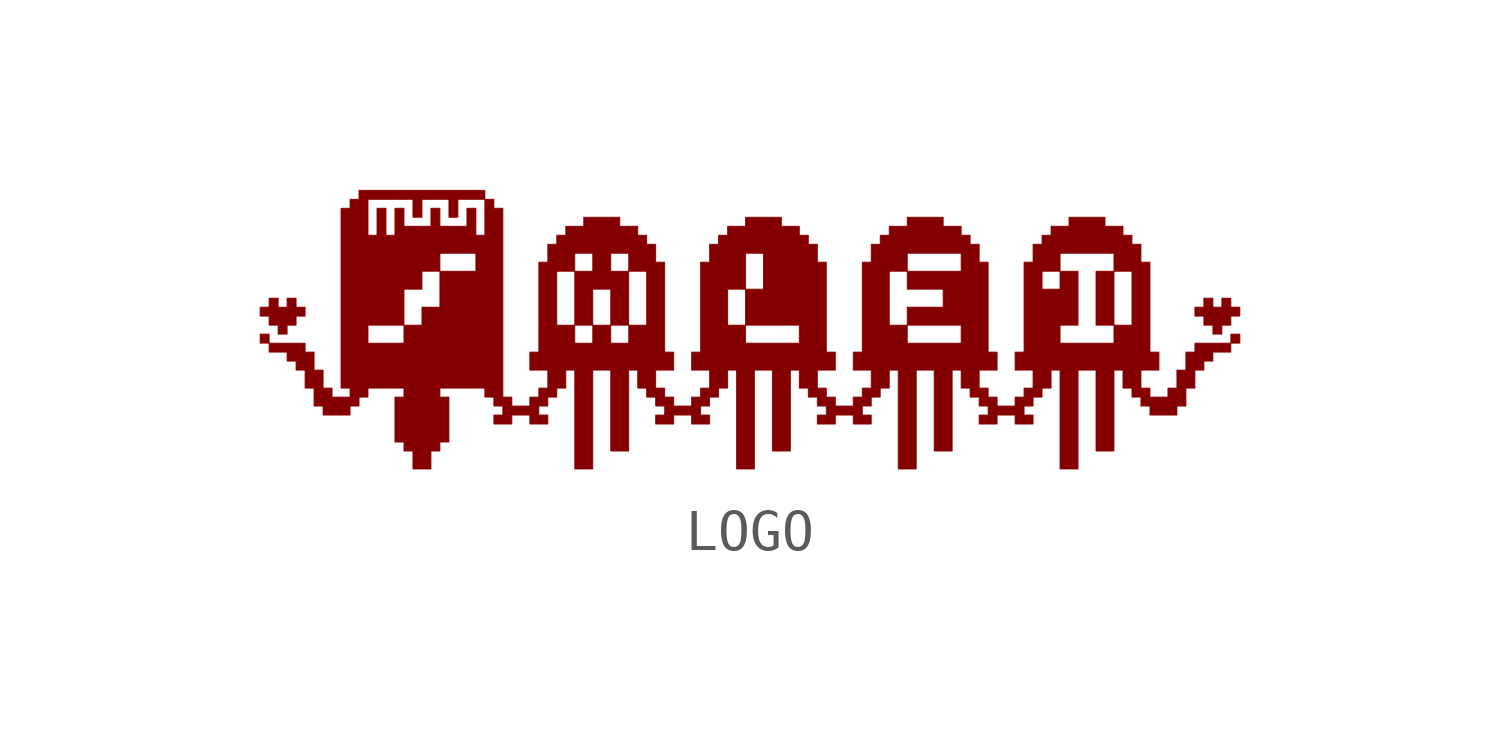
<source format=kicad_sym>
(kicad_symbol_lib
  (version 20220914)
  (generator bitmap2component)
  (symbol "LOGO"
    (pin_names
      (offset 1.016))
    (property "Reference" "#G"
      (at 0 3.272 0)
      (effects (font (size 1.27 1.27)) hide))
    (symbol "LOGO_0_0"
      (polyline (pts (xy -7.859 -3.204) (xy -7.859 -2.982) (xy -7.748 -2.982) (xy -7.638 -2.982) (xy -7.638 -2.872) (xy -7.638 -2.761) (xy -7.527 -2.761) (xy -7.416 -2.761) (xy -7.416 -2.207) (xy -7.416 -1.654) (xy -7.527 -1.654) (xy -7.638 -1.654) (xy -7.638 -1.543) (xy -7.638 -1.433) (xy -7.084 -1.433) (xy -6.531 -1.433) (xy -6.531 -1.543) (xy -6.531 -1.654) (xy -6.42 -1.654) (xy -6.309 -1.654) (xy -6.309 -1.765) (xy -6.309 -1.875) (xy -6.199 -1.875) (xy -6.088 -1.875) (xy -6.088 -1.986) (xy -6.088 -2.097) (xy -6.199 -2.097) (xy -6.309 -2.097) (xy -6.309 -2.207) (xy -6.309 -2.318) (xy -6.088 -2.318) (xy -5.867 -2.318) (xy -5.867 -2.207) (xy -5.867 -2.097) (xy -5.645 -2.097) (xy -5.424 -2.097) (xy -5.424 -2.207) (xy -5.424 -2.318) (xy -5.202 -2.318) (xy -4.981 -2.318) (xy -4.981 -2.207) (xy -4.981 -2.097) (xy -5.092 -2.097) (xy -5.202 -2.097) (xy -5.202 -1.986) (xy -5.202 -1.875) (xy -5.092 -1.875) (xy -4.981 -1.875) (xy -4.981 -1.765) (xy -4.981 -1.654) (xy -4.87 -1.654) (xy -4.76 -1.654) (xy -4.76 -1.543) (xy -4.76 -1.433) (xy -4.649 -1.433) (xy -4.538 -1.433) (xy -4.538 -1.211) (xy -4.538 -0.99) (xy -4.428 -0.99) (xy -4.317 -0.99) (xy -4.317 -2.207) (xy -4.317 -3.425) (xy -4.096 -3.425) (xy -3.874 -3.425) (xy -3.874 -2.207) (xy -3.874 -0.99) (xy -3.653 -0.99) (xy -3.431 -0.99) (xy -3.431 -1.986) (xy -3.431 -2.982) (xy -3.21 -2.982) (xy -2.989 -2.982) (xy -2.989 -1.986) (xy -2.989 -0.99) (xy -2.878 -0.99) (xy -2.767 -0.99) (xy -2.767 -1.211) (xy -2.767 -1.433) (xy -2.657 -1.433) (xy -2.546 -1.433) (xy -2.546 -1.543) (xy -2.546 -1.654) (xy -2.435 -1.654) (xy -2.325 -1.654) (xy -2.325 -1.765) (xy -2.325 -1.875) (xy -2.214 -1.875) (xy -2.103 -1.875) (xy -2.103 -1.986) (xy -2.103 -2.097) (xy -2.214 -2.097) (xy -2.325 -2.097) (xy -2.325 -2.207) (xy -2.325 -2.318) (xy -2.103 -2.318) (xy -1.882 -2.318) (xy -1.882 -2.207) (xy -1.882 -2.097) (xy -1.66 -2.097) (xy -1.439 -2.097) (xy -1.439 -2.207) (xy -1.439 -2.318) (xy -1.218 -2.318) (xy -0.996 -2.318) (xy -0.996 -2.207) (xy -0.996 -2.097) (xy -1.107 -2.097) (xy -1.218 -2.097) (xy -1.218 -1.986) (xy -1.218 -1.875) (xy -1.107 -1.875) (xy -0.996 -1.875) (xy -0.996 -1.765) (xy -0.996 -1.654) (xy -0.886 -1.654) (xy -0.775 -1.654) (xy -0.775 -1.543) (xy -0.775 -1.433) (xy -0.664 -1.433) (xy -0.553 -1.433) (xy -0.553 -1.211) (xy -0.553 -0.99) (xy -0.443 -0.99) (xy -0.332 -0.99) (xy -0.332 -2.207) (xy -0.332 -3.425) (xy -0.114 -3.425) (xy 0.104 -3.425) (xy 0.104 -2.207) (xy 0.104 -0.99) (xy 0.326 -0.99) (xy 0.547 -0.99) (xy 0.547 -1.986) (xy 0.547 -2.982) (xy 0.768 -2.982) (xy 0.99 -2.982) (xy 0.99 -1.986) (xy 0.99 -0.99) (xy 1.1 -0.99) (xy 1.211 -0.99) (xy 1.211 -1.211) (xy 1.211 -1.433) (xy 1.322 -1.433) (xy 1.432 -1.433) (xy 1.432 -1.543) (xy 1.432 -1.654) (xy 1.543 -1.654) (xy 1.654 -1.654) (xy 1.654 -1.765) (xy 1.654 -1.875) (xy 1.764 -1.875) (xy 1.875 -1.875) (xy 1.875 -1.986) (xy 1.875 -2.097) (xy 1.764 -2.097) (xy 1.654 -2.097) (xy 1.654 -2.207) (xy 1.654 -2.318) (xy 1.875 -2.318) (xy 2.097 -2.318) (xy 2.097 -2.207) (xy 2.097 -2.097) (xy 2.318 -2.097) (xy 2.539 -2.097) (xy 2.539 -2.207) (xy 2.539 -2.318) (xy 2.761 -2.318) (xy 2.982 -2.318) (xy 2.982 -2.207) (xy 2.982 -2.097) (xy 2.871 -2.097) (xy 2.761 -2.097) (xy 2.761 -1.986) (xy 2.761 -1.875) (xy 2.871 -1.875) (xy 2.982 -1.875) (xy 2.982 -1.765) (xy 2.982 -1.654) (xy 3.093 -1.654) (xy 3.203 -1.654) (xy 3.203 -1.543) (xy 3.203 -1.433) (xy 3.314 -1.433) (xy 3.425 -1.433) (xy 3.425 -1.211) (xy 3.425 -0.99) (xy 3.535 -0.99) (xy 3.646 -0.99) (xy 3.646 -2.207) (xy 3.646 -3.425) (xy 3.868 -3.425) (xy 4.089 -3.425) (xy 4.089 -2.207) (xy 4.089 -0.99) (xy 4.31 -0.99) (xy 4.532 -0.99) (xy 4.532 -1.986) (xy 4.532 -2.982) (xy 4.753 -2.982) (xy 4.974 -2.982) (xy 4.974 -1.986) (xy 4.974 -0.99) (xy 5.085 -0.99) (xy 5.196 -0.99) (xy 5.196 -1.211) (xy 5.196 -1.433) (xy 5.306 -1.433) (xy 5.417 -1.433) (xy 5.417 -1.543) (xy 5.417 -1.654) (xy 5.528 -1.654) (xy 5.639 -1.654) (xy 5.639 -1.765) (xy 5.639 -1.875) (xy 5.749 -1.875) (xy 5.86 -1.875) (xy 5.86 -1.986) (xy 5.86 -2.097) (xy 5.749 -2.097) (xy 5.639 -2.097) (xy 5.639 -2.207) (xy 5.639 -2.318) (xy 5.86 -2.318) (xy 6.081 -2.318) (xy 6.081 -2.207) (xy 6.081 -2.097) (xy 6.303 -2.097) (xy 6.524 -2.097) (xy 6.524 -2.207) (xy 6.524 -2.318) (xy 6.745 -2.318) (xy 6.967 -2.318) (xy 6.967 -2.207) (xy 6.967 -2.097) (xy 6.856 -2.097) (xy 6.745 -2.097) (xy 6.745 -1.986) (xy 6.745 -1.875) (xy 6.856 -1.875) (xy 6.967 -1.875) (xy 6.967 -1.765) (xy 6.967 -1.654) (xy 7.078 -1.654) (xy 7.188 -1.654) (xy 7.188 -1.543) (xy 7.188 -1.433) (xy 7.299 -1.433) (xy 7.41 -1.433) (xy 7.41 -1.211) (xy 7.41 -0.99) (xy 7.52 -0.99) (xy 7.631 -0.99) (xy 7.631 -2.207) (xy 7.631 -3.425) (xy 7.852 -3.425) (xy 8.074 -3.425) (xy 8.074 -2.207) (xy 8.074 -0.99) (xy 8.295 -0.99) (xy 8.517 -0.99) (xy 8.517 -1.986) (xy 8.517 -2.982) (xy 8.738 -2.982) (xy 8.959 -2.982) (xy 8.959 -1.986) (xy 8.959 -0.99) (xy 9.07 -0.99) (xy 9.181 -0.99) (xy 9.181 -1.211) (xy 9.181 -1.433) (xy 9.291 -1.433) (xy 9.402 -1.433) (xy 9.402 -1.543) (xy 9.402 -1.654) (xy 9.513 -1.654) (xy 9.623 -1.654) (xy 9.623 -1.765) (xy 9.623 -1.875) (xy 9.734 -1.875) (xy 9.845 -1.875) (xy 9.845 -1.986) (xy 9.845 -2.097) (xy 10.177 -2.097) (xy 10.509 -2.097) (xy 10.509 -1.986) (xy 10.509 -1.875) (xy 10.62 -1.875) (xy 10.73 -1.875) (xy 10.73 -1.654) (xy 10.73 -1.433) (xy 10.841 -1.433) (xy 10.952 -1.433) (xy 10.952 -1.211) (xy 10.952 -0.99) (xy 11.062 -0.99) (xy 11.173 -0.99) (xy 11.173 -0.879) (xy 11.173 -0.768) (xy 11.284 -0.768) (xy 11.395 -0.768) (xy 11.395 -0.658) (xy 11.395 -0.547) (xy 11.616 -0.547) (xy 11.837 -0.547) (xy 11.837 -0.436) (xy 11.837 -0.326) (xy 11.395 -0.326) (xy 10.952 -0.326) (xy 10.952 -0.436) (xy 10.952 -0.547) (xy 10.841 -0.547) (xy 10.73 -0.547) (xy 10.73 -0.768) (xy 10.73 -0.99) (xy 10.62 -0.99) (xy 10.509 -0.99) (xy 10.509 -1.211) (xy 10.509 -1.433) (xy 10.398 -1.433) (xy 10.288 -1.433) (xy 10.288 -1.543) (xy 10.288 -1.654) (xy 10.066 -1.654) (xy 9.845 -1.654) (xy 9.845 -1.543) (xy 9.845 -1.433) (xy 9.734 -1.433) (xy 9.623 -1.433) (xy 9.623 -1.211) (xy 9.623 -0.99) (xy 9.845 -0.99) (xy 10.066 -0.99) (xy 10.066 -0.768) (xy 10.066 -0.547) (xy 9.956 -0.547) (xy 9.845 -0.547) (xy 9.845 0.56) (xy 9.845 1.667) (xy 9.734 1.667) (xy 9.623 1.667) (xy 9.623 1.888) (xy 9.623 2.11) (xy 9.513 2.11) (xy 9.402 2.11) (xy 9.402 2.22) (xy 9.402 2.331) (xy 9.291 2.331) (xy 9.181 2.331) (xy 9.181 2.442) (xy 9.181 2.552) (xy 8.959 2.552) (xy 8.738 2.552) (xy 8.738 2.663) (xy 8.738 2.774) (xy 8.295 2.774) (xy 7.852 2.774) (xy 7.852 2.663) (xy 7.852 2.552) (xy 7.631 2.552) (xy 7.41 2.552) (xy 7.41 2.442) (xy 7.41 2.331) (xy 7.299 2.331) (xy 7.188 2.331) (xy 7.188 2.22) (xy 7.188 2.11) (xy 7.078 2.11) (xy 6.967 2.11) (xy 6.967 1.888) (xy 6.967 1.667) (xy 6.856 1.667) (xy 6.745 1.667) (xy 6.745 1.445) (xy 7.188 1.445) (xy 7.41 1.445) (xy 7.631 1.445) (xy 7.631 1.667) (xy 7.631 1.888) (xy 8.295 1.888) (xy 8.959 1.888) (xy 8.959 1.667) (xy 8.959 1.445) (xy 9.181 1.445) (xy 9.402 1.445) (xy 9.402 0.781) (xy 9.402 0.117) (xy 9.181 0.117) (xy 8.959 0.117) (xy 8.959 -0.104) (xy 8.959 -0.326) (xy 8.295 -0.326) (xy 7.631 -0.326) (xy 7.631 -0.104) (xy 7.631 0.117) (xy 7.852 0.117) (xy 8.074 0.117) (xy 8.074 0.781) (xy 8.074 1.445) (xy 7.852 1.445) (xy 7.631 1.445) (xy 7.631 1.224) (xy 7.631 1.003) (xy 7.41 1.003) (xy 7.188 1.003) (xy 7.188 1.224) (xy 7.188 1.445) (xy 6.745 1.445) (xy 6.745 0.56) (xy 6.745 -0.547) (xy 6.635 -0.547) (xy 6.524 -0.547) (xy 6.524 -0.768) (xy 6.524 -0.99) (xy 6.745 -0.99) (xy 6.967 -0.99) (xy 6.967 -1.211) (xy 6.967 -1.433) (xy 6.856 -1.433) (xy 6.745 -1.433) (xy 6.745 -1.543) (xy 6.745 -1.654) (xy 6.635 -1.654) (xy 6.524 -1.654) (xy 6.524 -1.765) (xy 6.524 -1.875) (xy 6.303 -1.875) (xy 6.081 -1.875) (xy 6.081 -1.765) (xy 6.081 -1.654) (xy 5.971 -1.654) (xy 5.86 -1.654) (xy 5.86 -1.543) (xy 5.86 -1.433) (xy 5.749 -1.433) (xy 5.639 -1.433) (xy 5.639 -1.211) (xy 5.639 -0.99) (xy 5.86 -0.99) (xy 6.081 -0.99) (xy 6.081 -0.768) (xy 6.081 -0.547) (xy 5.971 -0.547) (xy 5.86 -0.547) (xy 5.86 0.56) (xy 5.86 1.667) (xy 5.749 1.667) (xy 5.639 1.667) (xy 5.639 1.888) (xy 5.639 2.11) (xy 5.528 2.11) (xy 5.417 2.11) (xy 5.417 2.22) (xy 5.417 2.331) (xy 5.306 2.331) (xy 5.196 2.331) (xy 5.196 2.442) (xy 5.196 2.552) (xy 4.974 2.552) (xy 4.753 2.552) (xy 4.753 2.663) (xy 4.753 2.774) (xy 4.31 2.774) (xy 3.868 2.774) (xy 3.868 2.663) (xy 3.868 2.552) (xy 3.646 2.552) (xy 3.425 2.552) (xy 3.425 2.442) (xy 3.425 2.331) (xy 3.314 2.331) (xy 3.203 2.331) (xy 3.203 2.22) (xy 3.203 2.11) (xy 3.093 2.11) (xy 2.982 2.11) (xy 2.982 1.888) (xy 2.982 1.667) (xy 2.871 1.667) (xy 2.761 1.667) (xy 2.761 1.445) (xy 3.425 1.445) (xy 3.646 1.445) (xy 3.868 1.445) (xy 3.868 1.667) (xy 3.868 1.888) (xy 4.532 1.888) (xy 5.196 1.888) (xy 5.196 1.667) (xy 5.196 1.445) (xy 4.532 1.445) (xy 3.868 1.445) (xy 3.868 1.224) (xy 3.868 1.003) (xy 4.31 1.003) (xy 4.753 1.003) (xy 4.753 0.781) (xy 4.753 0.56) (xy 4.31 0.56) (xy 3.868 0.56) (xy 3.868 0.339) (xy 3.868 0.117) (xy 4.532 0.117) (xy 5.196 0.117) (xy 5.196 -0.104) (xy 5.196 -0.326) (xy 4.532 -0.326) (xy 3.868 -0.326) (xy 3.868 -0.104) (xy 3.868 0.117) (xy 3.646 0.117) (xy 3.425 0.117) (xy 3.425 0.781) (xy 3.425 1.445) (xy 2.761 1.445) (xy 2.761 0.56) (xy 2.761 -0.547) (xy 2.65 -0.547) (xy 2.539 -0.547) (xy 2.539 -0.768) (xy 2.539 -0.99) (xy 2.761 -0.99) (xy 2.982 -0.99) (xy 2.982 -1.211) (xy 2.982 -1.433) (xy 2.871 -1.433) (xy 2.761 -1.433) (xy 2.761 -1.543) (xy 2.761 -1.654) (xy 2.65 -1.654) (xy 2.539 -1.654) (xy 2.539 -1.765) (xy 2.539 -1.875) (xy 2.318 -1.875) (xy 2.097 -1.875) (xy 2.097 -1.765) (xy 2.097 -1.654) (xy 1.986 -1.654) (xy 1.875 -1.654) (xy 1.875 -1.543) (xy 1.875 -1.433) (xy 1.764 -1.433) (xy 1.654 -1.433) (xy 1.654 -1.211) (xy 1.654 -0.99) (xy 1.875 -0.99) (xy 2.097 -0.99) (xy 2.097 -0.768) (xy 2.097 -0.547) (xy 1.986 -0.547) (xy 1.875 -0.547) (xy 1.875 0.56) (xy 1.875 1.667) (xy 1.764 1.667) (xy 1.654 1.667) (xy 1.654 1.888) (xy 1.654 2.11) (xy 1.543 2.11) (xy 1.432 2.11) (xy 1.432 2.22) (xy 1.432 2.331) (xy 1.322 2.331) (xy 1.211 2.331) (xy 1.211 2.442) (xy 1.211 2.552) (xy 0.99 2.552) (xy 0.768 2.552) (xy 0.768 2.663) (xy 0.768 2.774) (xy 0.329 2.774) (xy -0.111 2.774) (xy -0.111 2.663) (xy -0.111 2.552) (xy -0.332 2.552) (xy -0.553 2.552) (xy -0.553 2.442) (xy -0.553 2.331) (xy -0.664 2.331) (xy -0.775 2.331) (xy -0.775 2.22) (xy -0.775 2.11) (xy -0.886 2.11) (xy -0.996 2.11) (xy -0.996 1.888) (xy -0.996 1.667) (xy -1.107 1.667) (xy -1.218 1.667) (xy -1.218 1.003) (xy -0.553 1.003) (xy -0.332 1.003) (xy -0.111 1.003) (xy -0.111 1.445) (xy -0.111 1.888) (xy 0.107 1.888) (xy 0.326 1.888) (xy 0.326 1.445) (xy 0.326 1.003) (xy 0.107 1.003) (xy -0.111 1.003) (xy -0.111 0.56) (xy -0.111 0.117) (xy 0.55 0.117) (xy 1.211 0.117) (xy 1.211 -0.104) (xy 1.211 -0.326) (xy 0.55 -0.326) (xy -0.111 -0.326) (xy -0.111 -0.104) (xy -0.111 0.117) (xy -0.332 0.117) (xy -0.553 0.117) (xy -0.553 0.56) (xy -0.553 1.003) (xy -1.218 1.003) (xy -1.218 0.56) (xy -1.218 -0.547) (xy -1.328 -0.547) (xy -1.439 -0.547) (xy -1.439 -0.768) (xy -1.439 -0.99) (xy -1.218 -0.99) (xy -0.996 -0.99) (xy -0.996 -1.211) (xy -0.996 -1.433) (xy -1.107 -1.433) (xy -1.218 -1.433) (xy -1.218 -1.543) (xy -1.218 -1.654) (xy -1.328 -1.654) (xy -1.439 -1.654) (xy -1.439 -1.765) (xy -1.439 -1.875) (xy -1.66 -1.875) (xy -1.882 -1.875) (xy -1.882 -1.765) (xy -1.882 -1.654) (xy -1.992 -1.654) (xy -2.103 -1.654) (xy -2.103 -1.543) (xy -2.103 -1.433) (xy -2.214 -1.433) (xy -2.325 -1.433) (xy -2.325 -1.211) (xy -2.325 -0.99) (xy -2.103 -0.99) (xy -1.882 -0.99) (xy -1.882 -0.768) (xy -1.882 -0.547) (xy -1.992 -0.547) (xy -2.103 -0.547) (xy -2.103 0.56) (xy -2.103 1.667) (xy -2.214 1.667) (xy -2.325 1.667) (xy -2.325 1.888) (xy -2.325 2.11) (xy -2.435 2.11) (xy -2.546 2.11) (xy -2.546 2.22) (xy -2.546 2.331) (xy -2.657 2.331) (xy -2.767 2.331) (xy -2.767 2.442) (xy -2.767 2.552) (xy -2.989 2.552) (xy -3.21 2.552) (xy -3.21 2.663) (xy -3.21 2.774) (xy -3.653 2.774) (xy -4.096 2.774) (xy -4.096 2.663) (xy -4.096 2.552) (xy -4.317 2.552) (xy -4.538 2.552) (xy -4.538 2.442) (xy -4.538 2.331) (xy -4.649 2.331) (xy -4.76 2.331) (xy -4.76 2.22) (xy -4.76 2.11) (xy -4.87 2.11) (xy -4.981 2.11) (xy -4.981 1.888) (xy -4.981 1.667) (xy -5.092 1.667) (xy -5.202 1.667) (xy -5.202 1.445) (xy -4.76 1.445) (xy -4.538 1.445) (xy -4.317 1.445) (xy -4.317 1.667) (xy -4.317 1.888) (xy -4.096 1.888) (xy -3.874 1.888) (xy -3.431 1.888) (xy -3.21 1.888) (xy -2.989 1.888) (xy -2.989 1.667) (xy -2.989 1.445) (xy -2.767 1.445) (xy -2.546 1.445) (xy -2.546 0.781) (xy -2.546 0.117) (xy -2.767 0.117) (xy -2.989 0.117) (xy -2.989 0.781) (xy -2.989 1.445) (xy -3.21 1.445) (xy -3.431 1.445) (xy -3.431 1.667) (xy -3.431 1.888) (xy -3.874 1.888) (xy -3.874 1.667) (xy -3.874 1.445) (xy -4.096 1.445) (xy -4.317 1.445) (xy -4.317 0.781) (xy -4.317 0.117) (xy -4.096 0.117) (xy -3.874 0.117) (xy -3.874 0.56) (xy -3.874 1.003) (xy -3.653 1.003) (xy -3.431 1.003) (xy -3.431 0.56) (xy -3.431 0.117) (xy -3.21 0.117) (xy -2.989 0.117) (xy -2.989 -0.104) (xy -2.989 -0.326) (xy -3.21 -0.326) (xy -3.431 -0.326) (xy -3.431 -0.104) (xy -3.431 0.117) (xy -3.653 0.117) (xy -3.874 0.117) (xy -3.874 -0.104) (xy -3.874 -0.326) (xy -4.096 -0.326) (xy -4.317 -0.326) (xy -4.317 -0.104) (xy -4.317 0.117) (xy -4.538 0.117) (xy -4.76 0.117) (xy -4.76 0.781) (xy -4.76 1.445) (xy -5.202 1.445) (xy -5.202 0.56) (xy -5.202 -0.547) (xy -5.313 -0.547) (xy -5.424 -0.547) (xy -5.424 -0.768) (xy -5.424 -0.99) (xy -5.202 -0.99) (xy -4.981 -0.99) (xy -4.981 -1.211) (xy -4.981 -1.433) (xy -5.092 -1.433) (xy -5.202 -1.433) (xy -5.202 -1.543) (xy -5.202 -1.654) (xy -5.313 -1.654) (xy -5.424 -1.654) (xy -5.424 -1.765) (xy -5.424 -1.875) (xy -5.645 -1.875) (xy -5.867 -1.875) (xy -5.867 -1.765) (xy -5.867 -1.654) (xy -5.977 -1.654) (xy -6.088 -1.654) (xy -6.088 0.671) (xy -6.088 2.995) (xy -6.199 2.995) (xy -6.309 2.995) (xy -6.309 3.106) (xy -6.309 3.216) (xy -6.42 3.216) (xy -6.531 3.216) (xy -6.531 3.327) (xy -6.531 3.438) (xy -8.08 3.438) (xy -9.63 3.438) (xy -9.63 3.327) (xy -9.63 3.216) (xy -9.741 3.216) (xy -9.851 3.216) (xy -9.851 3.106) (xy -9.851 2.995) (xy -9.962 2.995) (xy -10.073 2.995) (xy -10.073 2.331) (xy -9.409 2.331) (xy -9.409 2.774) (xy -9.409 3.216) (xy -8.855 3.216) (xy -8.302 3.216) (xy -8.302 2.995) (xy -8.302 2.774) (xy -8.191 2.774) (xy -8.08 2.774) (xy -8.08 2.995) (xy -8.08 3.216) (xy -7.748 3.216) (xy -7.416 3.216) (xy -7.416 2.995) (xy -7.416 2.774) (xy -7.306 2.774) (xy -7.195 2.774) (xy -7.195 2.995) (xy -7.195 3.216) (xy -6.863 3.216) (xy -6.531 3.216) (xy -6.531 2.774) (xy -6.531 2.331) (xy -6.641 2.331) (xy -6.752 2.331) (xy -6.752 2.663) (xy -6.752 2.995) (xy -6.863 2.995) (xy -6.973 2.995) (xy -6.973 2.774) (xy -6.973 2.552) (xy -7.306 2.552) (xy -7.638 2.552) (xy -7.638 2.774) (xy -7.638 2.995) (xy -7.748 2.995) (xy -7.859 2.995) (xy -7.859 2.774) (xy -7.859 2.552) (xy -8.191 2.552) (xy -8.523 2.552) (xy -8.523 2.774) (xy -8.523 2.995) (xy -8.634 2.995) (xy -8.745 2.995) (xy -8.745 2.663) (xy -8.745 2.331) (xy -8.855 2.331) (xy -8.966 2.331) (xy -8.966 2.663) (xy -8.966 2.995) (xy -9.077 2.995) (xy -9.187 2.995) (xy -9.187 2.663) (xy -9.187 2.331) (xy -9.298 2.331) (xy -9.409 2.331) (xy -10.073 2.331) (xy -10.073 0.781) (xy -10.073 -0.326) (xy -9.409 -0.326) (xy -9.409 -0.104) (xy -9.409 0.117) (xy -8.966 0.117) (xy -8.523 0.117) (xy -8.523 0.56) (xy -8.523 1.003) (xy -8.302 1.003) (xy -8.08 1.003) (xy -8.08 1.224) (xy -8.08 1.445) (xy -7.859 1.445) (xy -7.638 1.445) (xy -7.638 1.667) (xy -7.638 1.888) (xy -7.195 1.888) (xy -6.752 1.888) (xy -6.752 1.667) (xy -6.752 1.445) (xy -7.195 1.445) (xy -7.638 1.445) (xy -7.638 1.003) (xy -7.638 0.56) (xy -7.859 0.56) (xy -8.08 0.56) (xy -8.08 0.339) (xy -8.08 0.117) (xy -8.302 0.117) (xy -8.523 0.117) (xy -8.523 -0.104) (xy -8.523 -0.326) (xy -8.966 -0.326) (xy -9.409 -0.326) (xy -10.073 -0.326) (xy -10.073 -1.433) (xy -9.962 -1.433) (xy -9.851 -1.433) (xy -9.851 -1.543) (xy -9.851 -1.654) (xy -10.073 -1.654) (xy -10.294 -1.654) (xy -10.294 -1.543) (xy -10.294 -1.433) (xy -10.405 -1.433) (xy -10.515 -1.433) (xy -10.515 -1.211) (xy -10.515 -0.99) (xy -10.626 -0.99) (xy -10.737 -0.99) (xy -10.737 -0.768) (xy -10.737 -0.547) (xy -10.848 -0.547) (xy -10.958 -0.547) (xy -10.958 -0.436) (xy -10.958 -0.326) (xy -11.401 -0.326) (xy -11.844 -0.326) (xy -11.844 -0.215) (xy -11.844 -0.104) (xy -11.954 -0.104) (xy -12.065 -0.104) (xy -12.065 -0.215) (xy -12.065 -0.326) (xy -11.954 -0.326) (xy -11.844 -0.326) (xy -11.844 -0.436) (xy -11.844 -0.547) (xy -11.622 -0.547) (xy -11.401 -0.547) (xy -11.401 -0.658) (xy -11.401 -0.768) (xy -11.29 -0.768) (xy -11.18 -0.768) (xy -11.18 -0.879) (xy -11.18 -0.99) (xy -11.069 -0.99) (xy -10.958 -0.99) (xy -10.958 -1.211) (xy -10.958 -1.433) (xy -10.848 -1.433) (xy -10.737 -1.433) (xy -10.737 -1.654) (xy -10.737 -1.875) (xy -10.626 -1.875) (xy -10.515 -1.875) (xy -10.515 -1.986) (xy -10.515 -2.097) (xy -10.184 -2.097) (xy -9.851 -2.097) (xy -9.851 -1.986) (xy -9.851 -1.875) (xy -9.741 -1.875) (xy -9.63 -1.875) (xy -9.63 -1.765) (xy -9.63 -1.654) (xy -9.519 -1.654) (xy -9.409 -1.654) (xy -9.409 -1.543) (xy -9.409 -1.433) (xy -8.966 -1.433) (xy -8.523 -1.433) (xy -8.523 -1.543) (xy -8.523 -1.654) (xy -8.634 -1.654) (xy -8.745 -1.654) (xy -8.745 -2.207) (xy -8.745 -2.761) (xy -8.634 -2.761) (xy -8.523 -2.761) (xy -8.523 -2.872) (xy -8.523 -2.982) (xy -8.412 -2.982) (xy -8.302 -2.982) (xy -8.302 -3.204) (xy -8.302 -3.425) (xy -8.08 -3.425) (xy -7.859 -3.425) (xy -7.859 -3.204)) (stroke (width 0.01) (type default)) (fill (type outline)))
      (polyline (pts (xy 12.059 -0.215) (xy 12.059 -0.104) (xy 11.948 -0.104) (xy 11.837 -0.104) (xy 11.837 -0.215) (xy 11.837 -0.326) (xy 11.948 -0.326) (xy 12.059 -0.326) (xy 12.059 -0.215)) (stroke (width 0.01) (type default)) (fill (type outline)))
      (polyline (pts (xy -11.401 0.006) (xy -11.401 0.117) (xy -11.29 0.117) (xy -11.18 0.117) (xy -11.18 0.228) (xy -11.18 0.339) (xy -11.069 0.339) (xy -10.958 0.339) (xy -10.958 0.449) (xy -10.958 0.56) (xy -11.069 0.56) (xy -11.18 0.56) (xy -11.18 0.671) (xy -11.18 0.781) (xy -11.29 0.781) (xy -11.401 0.781) (xy -11.401 0.671) (xy -11.401 0.56) (xy -11.512 0.56) (xy -11.622 0.56) (xy -11.622 0.671) (xy -11.622 0.781) (xy -11.733 0.781) (xy -11.844 0.781) (xy -11.844 0.671) (xy -11.844 0.56) (xy -11.954 0.56) (xy -12.065 0.56) (xy -12.065 0.449) (xy -12.065 0.339) (xy -11.954 0.339) (xy -11.844 0.339) (xy -11.844 0.228) (xy -11.844 0.117) (xy -11.733 0.117) (xy -11.622 0.117) (xy -11.622 0.006) (xy -11.622 -0.104) (xy -11.512 -0.104) (xy -11.401 -0.104) (xy -11.401 0.006)) (stroke (width 0.01) (type default)) (fill (type outline)))
      (polyline (pts (xy 11.616 0.006) (xy 11.616 0.117) (xy 11.726 0.117) (xy 11.837 0.117) (xy 11.837 0.228) (xy 11.837 0.339) (xy 11.948 0.339) (xy 12.059 0.339) (xy 12.059 0.449) (xy 12.059 0.56) (xy 11.948 0.56) (xy 11.837 0.56) (xy 11.837 0.671) (xy 11.837 0.781) (xy 11.726 0.781) (xy 11.616 0.781) (xy 11.616 0.671) (xy 11.616 0.56) (xy 11.505 0.56) (xy 11.395 0.56) (xy 11.395 0.671) (xy 11.395 0.781) (xy 11.284 0.781) (xy 11.173 0.781) (xy 11.173 0.671) (xy 11.173 0.56) (xy 11.062 0.56) (xy 10.952 0.56) (xy 10.952 0.449) (xy 10.952 0.339) (xy 11.062 0.339) (xy 11.173 0.339) (xy 11.173 0.228) (xy 11.173 0.117) (xy 11.284 0.117) (xy 11.395 0.117) (xy 11.395 0.006) (xy 11.395 -0.104) (xy 11.505 -0.104) (xy 11.616 -0.104) (xy 11.616 0.006)) (stroke (width 0.01) (type default)) (fill (type outline)))
      (polyline (pts (xy 8.959 0.781) (xy 8.959 1.445) (xy 8.738 1.445) (xy 8.517 1.445) (xy 8.517 0.781) (xy 8.517 0.117) (xy 8.738 0.117) (xy 8.959 0.117) (xy 8.959 0.781)) (stroke (width 0.01) (type default)) (fill (type outline))))))
</source>
